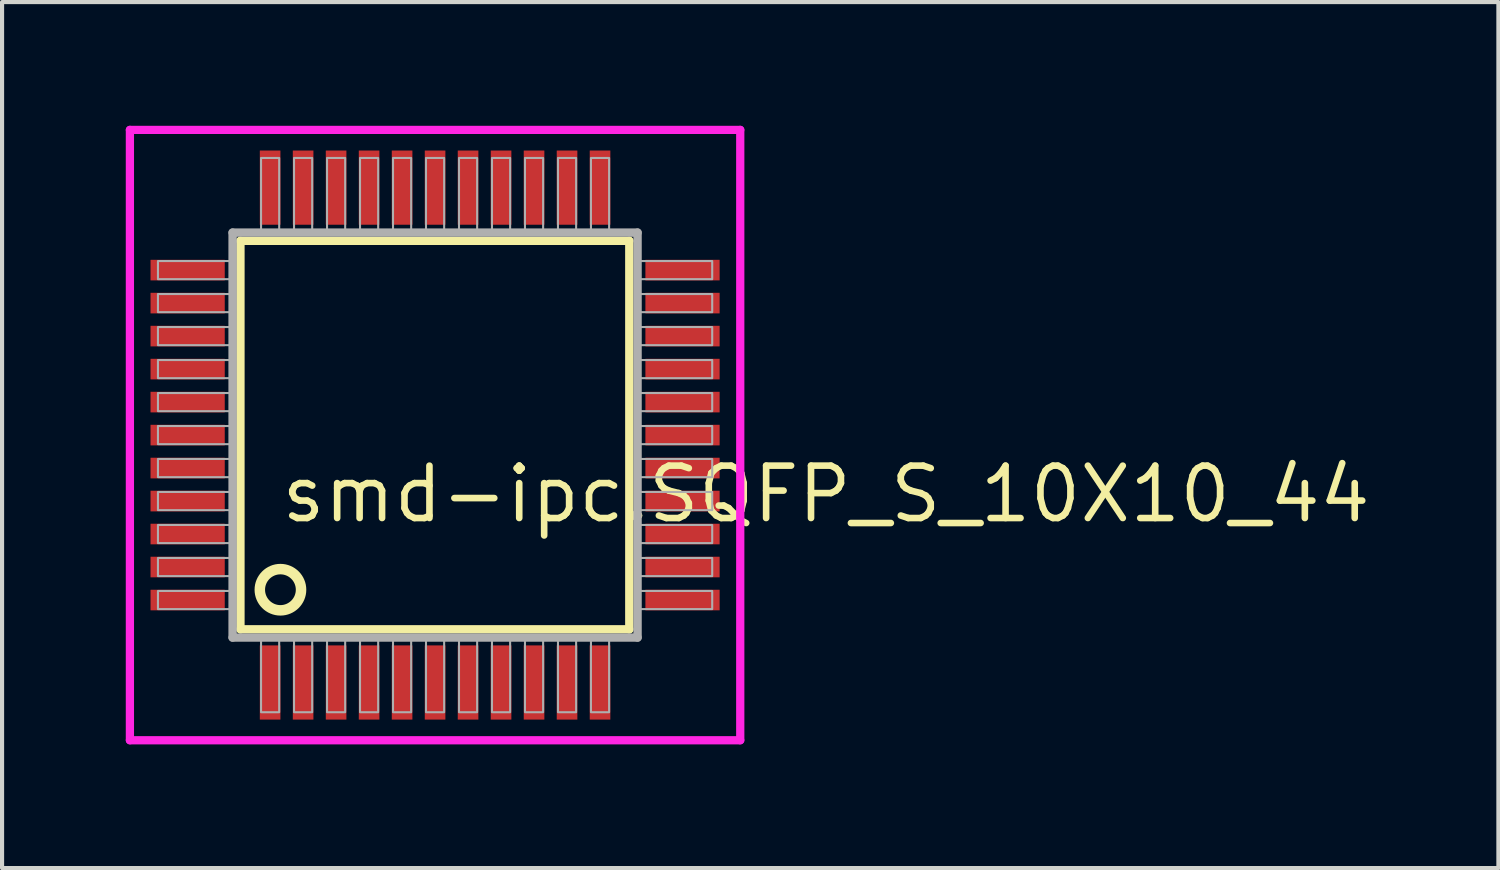
<source format=kicad_pcb>
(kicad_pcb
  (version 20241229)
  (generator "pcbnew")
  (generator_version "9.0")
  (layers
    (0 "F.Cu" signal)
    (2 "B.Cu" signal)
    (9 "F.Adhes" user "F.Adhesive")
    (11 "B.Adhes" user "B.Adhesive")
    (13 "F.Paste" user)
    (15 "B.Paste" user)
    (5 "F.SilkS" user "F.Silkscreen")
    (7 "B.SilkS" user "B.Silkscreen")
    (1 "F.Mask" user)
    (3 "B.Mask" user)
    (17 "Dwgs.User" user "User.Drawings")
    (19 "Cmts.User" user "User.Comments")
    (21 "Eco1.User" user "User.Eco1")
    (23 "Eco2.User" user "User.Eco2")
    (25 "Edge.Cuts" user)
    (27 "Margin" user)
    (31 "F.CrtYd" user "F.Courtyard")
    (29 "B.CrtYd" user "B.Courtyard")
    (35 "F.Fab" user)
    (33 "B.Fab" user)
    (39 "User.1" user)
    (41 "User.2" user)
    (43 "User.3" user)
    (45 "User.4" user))
  (footprint "smd-ipc.SQFP_S_10X10_44"
    (layer "F.Cu")
    (at 7.5 7.5)
    (property "Reference" "smd-ipc.SQFP_S_10X10_44" (at -3.81 2.175 0) (layer "F.SilkS") (effects (font (size 1.27 1.27) (thickness 0.16)) (justify left bottom)))
    (attr smd)
    (fp_line (start -4.72 -4.71) (end 4.71 -4.71) (stroke (width 0.203) (type default)) (layer "F.SilkS"))
    (fp_line (start -4.72 4.71) (end -4.72 -4.71) (stroke (width 0.203) (type default)) (layer "F.SilkS"))
    (fp_line (start 4.71 -4.71) (end 4.71 4.71) (stroke (width 0.203) (type default)) (layer "F.SilkS"))
    (fp_line (start 4.71 4.71) (end -4.72 4.71) (stroke (width 0.203) (type default)) (layer "F.SilkS"))
    (fp_circle (center -3.75 3.75) (end -3.25 3.75) (stroke (width 0.254) (type default)) (fill no) (layer "F.SilkS"))
    (fp_line (start -7.4 -7.4) (end 7.4 -7.4) (stroke (width 0.2) (type default)) (layer "F.CrtYd"))
    (fp_line (start -7.4 7.4) (end -7.4 -7.4) (stroke (width 0.2) (type default)) (layer "F.CrtYd"))
    (fp_line (start 7.4 -7.4) (end 7.4 7.4) (stroke (width 0.2) (type default)) (layer "F.CrtYd"))
    (fp_line (start 7.4 7.4) (end -7.4 7.4) (stroke (width 0.2) (type default)) (layer "F.CrtYd"))
    (fp_line (start -4.91 -4.91) (end -4.91 4.91) (stroke (width 0.203) (type default)) (layer "F.Fab"))
    (fp_line (start -4.91 4.91) (end 4.91 4.91) (stroke (width 0.203) (type default)) (layer "F.Fab"))
    (fp_line (start 4.91 -4.91) (end -4.91 -4.91) (stroke (width 0.203) (type default)) (layer "F.Fab"))
    (fp_line (start 4.91 4.91) (end 4.91 -4.91) (stroke (width 0.203) (type default)) (layer "F.Fab"))
    (fp_rect (start -6.72 -3.78) (end -4.95 -4.22) (stroke (width 0.05) (type default)) (fill no) (layer "F.Fab"))
    (fp_rect (start -6.72 -2.98) (end -4.95 -3.42) (stroke (width 0.05) (type default)) (fill no) (layer "F.Fab"))
    (fp_rect (start -6.72 -2.18) (end -4.95 -2.62) (stroke (width 0.05) (type default)) (fill no) (layer "F.Fab"))
    (fp_rect (start -6.72 -1.38) (end -4.95 -1.82) (stroke (width 0.05) (type default)) (fill no) (layer "F.Fab"))
    (fp_rect (start -6.72 -0.58) (end -4.95 -1.02) (stroke (width 0.05) (type default)) (fill no) (layer "F.Fab"))
    (fp_rect (start -6.72 0.22) (end -4.95 -0.22) (stroke (width 0.05) (type default)) (fill no) (layer "F.Fab"))
    (fp_rect (start -6.72 1.02) (end -4.95 0.58) (stroke (width 0.05) (type default)) (fill no) (layer "F.Fab"))
    (fp_rect (start -6.72 1.82) (end -4.95 1.38) (stroke (width 0.05) (type default)) (fill no) (layer "F.Fab"))
    (fp_rect (start -6.72 2.62) (end -4.95 2.18) (stroke (width 0.05) (type default)) (fill no) (layer "F.Fab"))
    (fp_rect (start -6.72 3.42) (end -4.95 2.98) (stroke (width 0.05) (type default)) (fill no) (layer "F.Fab"))
    (fp_rect (start -6.72 4.22) (end -4.95 3.78) (stroke (width 0.05) (type default)) (fill no) (layer "F.Fab"))
    (fp_rect (start -4.22 -4.95) (end -3.78 -6.72) (stroke (width 0.05) (type default)) (fill no) (layer "F.Fab"))
    (fp_rect (start -4.22 6.72) (end -3.78 4.95) (stroke (width 0.05) (type default)) (fill no) (layer "F.Fab"))
    (fp_rect (start -3.42 -4.95) (end -2.98 -6.72) (stroke (width 0.05) (type default)) (fill no) (layer "F.Fab"))
    (fp_rect (start -3.42 6.72) (end -2.98 4.95) (stroke (width 0.05) (type default)) (fill no) (layer "F.Fab"))
    (fp_rect (start -2.62 -4.95) (end -2.18 -6.72) (stroke (width 0.05) (type default)) (fill no) (layer "F.Fab"))
    (fp_rect (start -2.62 6.72) (end -2.18 4.95) (stroke (width 0.05) (type default)) (fill no) (layer "F.Fab"))
    (fp_rect (start -1.82 -4.95) (end -1.38 -6.72) (stroke (width 0.05) (type default)) (fill no) (layer "F.Fab"))
    (fp_rect (start -1.82 6.72) (end -1.38 4.95) (stroke (width 0.05) (type default)) (fill no) (layer "F.Fab"))
    (fp_rect (start -1.02 -4.95) (end -0.58 -6.72) (stroke (width 0.05) (type default)) (fill no) (layer "F.Fab"))
    (fp_rect (start -1.02 6.72) (end -0.58 4.95) (stroke (width 0.05) (type default)) (fill no) (layer "F.Fab"))
    (fp_rect (start -0.22 -4.95) (end 0.22 -6.72) (stroke (width 0.05) (type default)) (fill no) (layer "F.Fab"))
    (fp_rect (start -0.22 6.72) (end 0.22 4.95) (stroke (width 0.05) (type default)) (fill no) (layer "F.Fab"))
    (fp_rect (start 0.58 -4.95) (end 1.02 -6.72) (stroke (width 0.05) (type default)) (fill no) (layer "F.Fab"))
    (fp_rect (start 0.58 6.72) (end 1.02 4.95) (stroke (width 0.05) (type default)) (fill no) (layer "F.Fab"))
    (fp_rect (start 1.38 -4.95) (end 1.82 -6.72) (stroke (width 0.05) (type default)) (fill no) (layer "F.Fab"))
    (fp_rect (start 1.38 6.72) (end 1.82 4.95) (stroke (width 0.05) (type default)) (fill no) (layer "F.Fab"))
    (fp_rect (start 2.18 -4.95) (end 2.62 -6.72) (stroke (width 0.05) (type default)) (fill no) (layer "F.Fab"))
    (fp_rect (start 2.18 6.72) (end 2.62 4.95) (stroke (width 0.05) (type default)) (fill no) (layer "F.Fab"))
    (fp_rect (start 2.98 -4.95) (end 3.42 -6.72) (stroke (width 0.05) (type default)) (fill no) (layer "F.Fab"))
    (fp_rect (start 2.98 6.72) (end 3.42 4.95) (stroke (width 0.05) (type default)) (fill no) (layer "F.Fab"))
    (fp_rect (start 3.78 -4.95) (end 4.22 -6.72) (stroke (width 0.05) (type default)) (fill no) (layer "F.Fab"))
    (fp_rect (start 3.78 6.72) (end 4.22 4.95) (stroke (width 0.05) (type default)) (fill no) (layer "F.Fab"))
    (fp_rect (start 4.95 -3.78) (end 6.72 -4.22) (stroke (width 0.05) (type default)) (fill no) (layer "F.Fab"))
    (fp_rect (start 4.95 -2.98) (end 6.72 -3.42) (stroke (width 0.05) (type default)) (fill no) (layer "F.Fab"))
    (fp_rect (start 4.95 -2.18) (end 6.72 -2.62) (stroke (width 0.05) (type default)) (fill no) (layer "F.Fab"))
    (fp_rect (start 4.95 -1.38) (end 6.72 -1.82) (stroke (width 0.05) (type default)) (fill no) (layer "F.Fab"))
    (fp_rect (start 4.95 -0.58) (end 6.72 -1.02) (stroke (width 0.05) (type default)) (fill no) (layer "F.Fab"))
    (fp_rect (start 4.95 0.22) (end 6.72 -0.22) (stroke (width 0.05) (type default)) (fill no) (layer "F.Fab"))
    (fp_rect (start 4.95 1.02) (end 6.72 0.58) (stroke (width 0.05) (type default)) (fill no) (layer "F.Fab"))
    (fp_rect (start 4.95 1.82) (end 6.72 1.38) (stroke (width 0.05) (type default)) (fill no) (layer "F.Fab"))
    (fp_rect (start 4.95 2.62) (end 6.72 2.18) (stroke (width 0.05) (type default)) (fill no) (layer "F.Fab"))
    (fp_rect (start 4.95 3.42) (end 6.72 2.98) (stroke (width 0.05) (type default)) (fill no) (layer "F.Fab"))
    (fp_rect (start 4.95 4.22) (end 6.72 3.78) (stroke (width 0.05) (type default)) (fill no) (layer "F.Fab"))
    (pad "1" smd roundrect (at -4 6) (size 0.5 1.8) (layers "F.Cu" "F.Mask" "F.Paste") (roundrect_rratio 0.01))
    (pad "2" smd roundrect (at -3.2 6) (size 0.5 1.8) (layers "F.Cu" "F.Mask" "F.Paste") (roundrect_rratio 0.01))
    (pad "3" smd roundrect (at -2.4 6) (size 0.5 1.8) (layers "F.Cu" "F.Mask" "F.Paste") (roundrect_rratio 0.01))
    (pad "4" smd roundrect (at -1.6 6) (size 0.5 1.8) (layers "F.Cu" "F.Mask" "F.Paste") (roundrect_rratio 0.01))
    (pad "5" smd roundrect (at -0.8 6) (size 0.5 1.8) (layers "F.Cu" "F.Mask" "F.Paste") (roundrect_rratio 0.01))
    (pad "6" smd roundrect (at 0 6) (size 0.5 1.8) (layers "F.Cu" "F.Mask" "F.Paste") (roundrect_rratio 0.01))
    (pad "7" smd roundrect (at 0.8 6) (size 0.5 1.8) (layers "F.Cu" "F.Mask" "F.Paste") (roundrect_rratio 0.01))
    (pad "8" smd roundrect (at 1.6 6) (size 0.5 1.8) (layers "F.Cu" "F.Mask" "F.Paste") (roundrect_rratio 0.01))
    (pad "9" smd roundrect (at 2.4 6) (size 0.5 1.8) (layers "F.Cu" "F.Mask" "F.Paste") (roundrect_rratio 0.01))
    (pad "10" smd roundrect (at 3.2 6) (size 0.5 1.8) (layers "F.Cu" "F.Mask" "F.Paste") (roundrect_rratio 0.01))
    (pad "11" smd roundrect (at 4 6) (size 0.5 1.8) (layers "F.Cu" "F.Mask" "F.Paste") (roundrect_rratio 0.01))
    (pad "12" smd roundrect (at 6 4) (size 1.8 0.5) (layers "F.Cu" "F.Mask" "F.Paste") (roundrect_rratio 0.01))
    (pad "13" smd roundrect (at 6 3.2) (size 1.8 0.5) (layers "F.Cu" "F.Mask" "F.Paste") (roundrect_rratio 0.01))
    (pad "14" smd roundrect (at 6 2.4) (size 1.8 0.5) (layers "F.Cu" "F.Mask" "F.Paste") (roundrect_rratio 0.01))
    (pad "15" smd roundrect (at 6 1.6) (size 1.8 0.5) (layers "F.Cu" "F.Mask" "F.Paste") (roundrect_rratio 0.01))
    (pad "16" smd roundrect (at 6 0.8) (size 1.8 0.5) (layers "F.Cu" "F.Mask" "F.Paste") (roundrect_rratio 0.01))
    (pad "17" smd roundrect (at 6 0) (size 1.8 0.5) (layers "F.Cu" "F.Mask" "F.Paste") (roundrect_rratio 0.01))
    (pad "18" smd roundrect (at 6 -0.8) (size 1.8 0.5) (layers "F.Cu" "F.Mask" "F.Paste") (roundrect_rratio 0.01))
    (pad "19" smd roundrect (at 6 -1.6) (size 1.8 0.5) (layers "F.Cu" "F.Mask" "F.Paste") (roundrect_rratio 0.01))
    (pad "20" smd roundrect (at 6 -2.4) (size 1.8 0.5) (layers "F.Cu" "F.Mask" "F.Paste") (roundrect_rratio 0.01))
    (pad "21" smd roundrect (at 6 -3.2) (size 1.8 0.5) (layers "F.Cu" "F.Mask" "F.Paste") (roundrect_rratio 0.01))
    (pad "22" smd roundrect (at 6 -4) (size 1.8 0.5) (layers "F.Cu" "F.Mask" "F.Paste") (roundrect_rratio 0.01))
    (pad "23" smd roundrect (at 4 -6) (size 0.5 1.8) (layers "F.Cu" "F.Mask" "F.Paste") (roundrect_rratio 0.01))
    (pad "24" smd roundrect (at 3.2 -6) (size 0.5 1.8) (layers "F.Cu" "F.Mask" "F.Paste") (roundrect_rratio 0.01))
    (pad "25" smd roundrect (at 2.4 -6) (size 0.5 1.8) (layers "F.Cu" "F.Mask" "F.Paste") (roundrect_rratio 0.01))
    (pad "26" smd roundrect (at 1.6 -6) (size 0.5 1.8) (layers "F.Cu" "F.Mask" "F.Paste") (roundrect_rratio 0.01))
    (pad "27" smd roundrect (at 0.8 -6) (size 0.5 1.8) (layers "F.Cu" "F.Mask" "F.Paste") (roundrect_rratio 0.01))
    (pad "28" smd roundrect (at 0 -6) (size 0.5 1.8) (layers "F.Cu" "F.Mask" "F.Paste") (roundrect_rratio 0.01))
    (pad "29" smd roundrect (at -0.8 -6) (size 0.5 1.8) (layers "F.Cu" "F.Mask" "F.Paste") (roundrect_rratio 0.01))
    (pad "30" smd roundrect (at -1.6 -6) (size 0.5 1.8) (layers "F.Cu" "F.Mask" "F.Paste") (roundrect_rratio 0.01))
    (pad "31" smd roundrect (at -2.4 -6) (size 0.5 1.8) (layers "F.Cu" "F.Mask" "F.Paste") (roundrect_rratio 0.01))
    (pad "32" smd roundrect (at -3.2 -6) (size 0.5 1.8) (layers "F.Cu" "F.Mask" "F.Paste") (roundrect_rratio 0.01))
    (pad "33" smd roundrect (at -4 -6) (size 0.5 1.8) (layers "F.Cu" "F.Mask" "F.Paste") (roundrect_rratio 0.01))
    (pad "34" smd roundrect (at -6 -4) (size 1.8 0.5) (layers "F.Cu" "F.Mask" "F.Paste") (roundrect_rratio 0.01))
    (pad "35" smd roundrect (at -6 -3.2) (size 1.8 0.5) (layers "F.Cu" "F.Mask" "F.Paste") (roundrect_rratio 0.01))
    (pad "36" smd roundrect (at -6 -2.4) (size 1.8 0.5) (layers "F.Cu" "F.Mask" "F.Paste") (roundrect_rratio 0.01))
    (pad "37" smd roundrect (at -6 -1.6) (size 1.8 0.5) (layers "F.Cu" "F.Mask" "F.Paste") (roundrect_rratio 0.01))
    (pad "38" smd roundrect (at -6 -0.8) (size 1.8 0.5) (layers "F.Cu" "F.Mask" "F.Paste") (roundrect_rratio 0.01))
    (pad "39" smd roundrect (at -6 0) (size 1.8 0.5) (layers "F.Cu" "F.Mask" "F.Paste") (roundrect_rratio 0.01))
    (pad "40" smd roundrect (at -6 0.8) (size 1.8 0.5) (layers "F.Cu" "F.Mask" "F.Paste") (roundrect_rratio 0.01))
    (pad "41" smd roundrect (at -6 1.6) (size 1.8 0.5) (layers "F.Cu" "F.Mask" "F.Paste") (roundrect_rratio 0.01))
    (pad "42" smd roundrect (at -6 2.4) (size 1.8 0.5) (layers "F.Cu" "F.Mask" "F.Paste") (roundrect_rratio 0.01))
    (pad "43" smd roundrect (at -6 3.2) (size 1.8 0.5) (layers "F.Cu" "F.Mask" "F.Paste") (roundrect_rratio 0.01))
    (pad "44" smd roundrect (at -6 4) (size 1.8 0.5) (layers "F.Cu" "F.Mask" "F.Paste") (roundrect_rratio 0.01)))
  (gr_rect
    (start -3 -3)
    (end 33.284 18)
    (stroke (width 0.1) (type default))
    (fill no)
    (layer "Edge.Cuts")))
</source>
